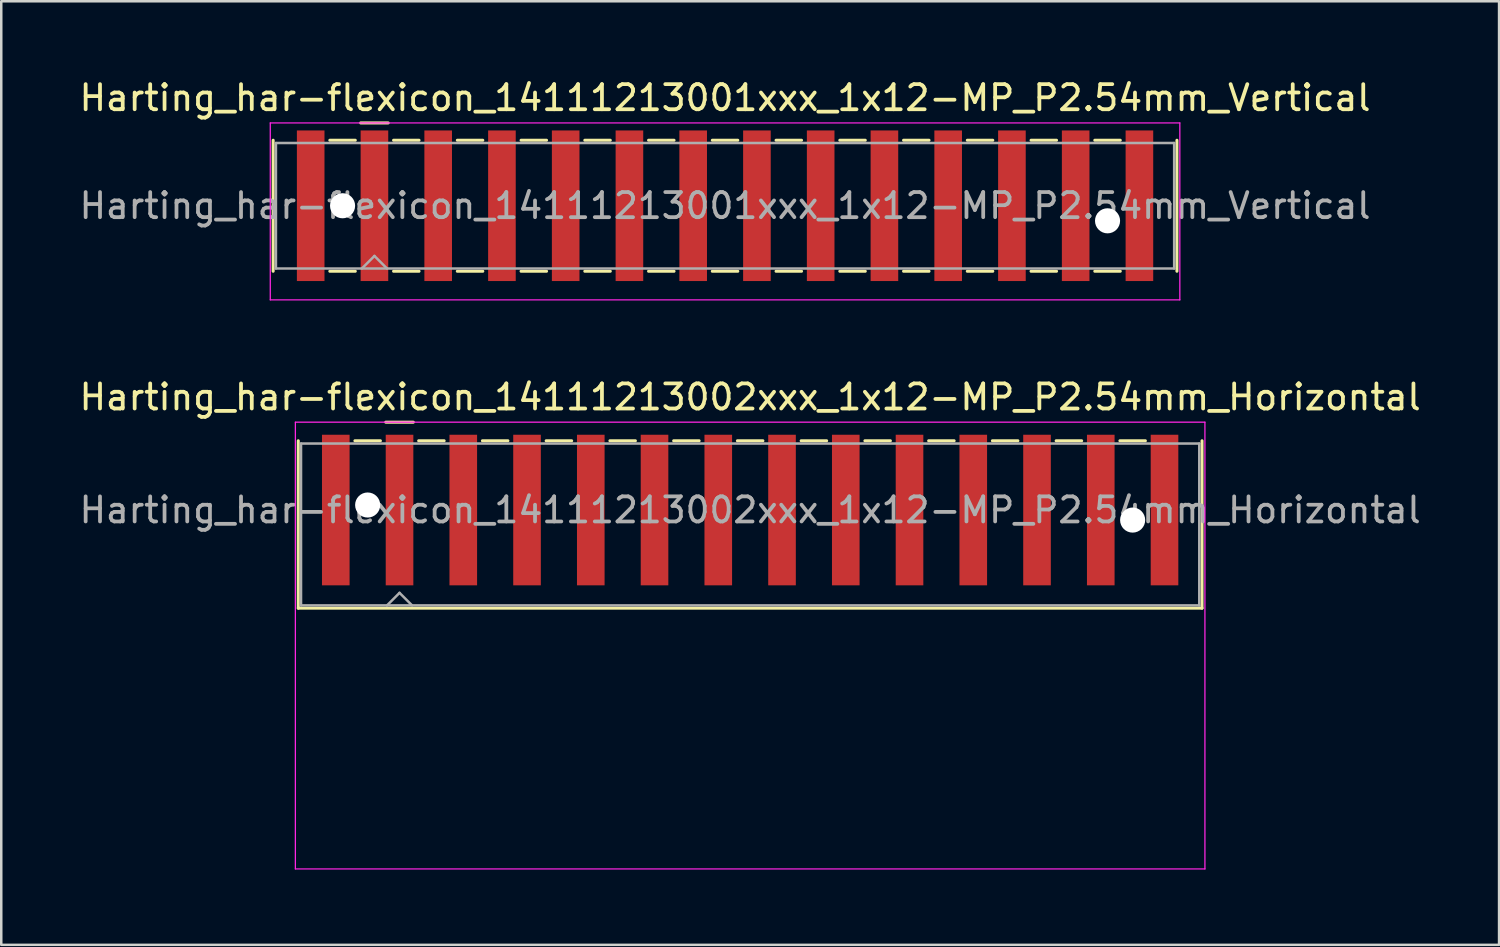
<source format=kicad_pcb>
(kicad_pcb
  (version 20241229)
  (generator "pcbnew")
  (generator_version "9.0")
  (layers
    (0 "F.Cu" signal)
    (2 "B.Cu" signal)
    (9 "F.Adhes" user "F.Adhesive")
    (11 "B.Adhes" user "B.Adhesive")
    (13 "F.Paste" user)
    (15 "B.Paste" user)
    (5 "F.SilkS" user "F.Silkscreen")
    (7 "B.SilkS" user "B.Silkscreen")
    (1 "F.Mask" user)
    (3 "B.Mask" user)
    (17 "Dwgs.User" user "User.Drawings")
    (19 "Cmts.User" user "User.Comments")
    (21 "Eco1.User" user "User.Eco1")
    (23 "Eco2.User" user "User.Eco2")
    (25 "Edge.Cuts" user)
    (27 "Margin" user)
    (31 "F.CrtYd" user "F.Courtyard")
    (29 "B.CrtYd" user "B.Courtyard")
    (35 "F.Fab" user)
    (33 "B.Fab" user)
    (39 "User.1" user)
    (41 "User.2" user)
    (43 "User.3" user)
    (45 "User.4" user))
  (footprint "Harting_har-flexicon_14111213001xxx_1x12-MP_P2.54mm_Vertical"
    (layer "F.Cu")
    (at 25.839 5.148)
    (property "Reference" "Harting_har-flexicon_14111213001xxx_1x12-MP_P2.54mm_Vertical" (at 0 -4.3 0) (layer "F.SilkS") (effects (font (size 1 1) (thickness 0.15))))
    (attr smd)
    (fp_line (start -18.005 -2.61) (end -18.005 2.61) (stroke (width 0.12) (type solid)) (layer "F.SilkS"))
    (fp_line (start -15.748 -2.61) (end -14.732 -2.61) (stroke (width 0.12) (type solid)) (layer "F.SilkS"))
    (fp_line (start -15.748 2.61) (end -14.732 2.61) (stroke (width 0.12) (type solid)) (layer "F.SilkS"))
    (fp_line (start -14.52 -3.3) (end -13.42 -3.3) (stroke (width 0.12) (type solid)) (layer "F.SilkS"))
    (fp_line (start -13.208 -2.61) (end -12.192 -2.61) (stroke (width 0.12) (type solid)) (layer "F.SilkS"))
    (fp_line (start -13.208 2.61) (end -12.192 2.61) (stroke (width 0.12) (type solid)) (layer "F.SilkS"))
    (fp_line (start -10.668 -2.61) (end -9.652 -2.61) (stroke (width 0.12) (type solid)) (layer "F.SilkS"))
    (fp_line (start -10.668 2.61) (end -9.652 2.61) (stroke (width 0.12) (type solid)) (layer "F.SilkS"))
    (fp_line (start -8.128 -2.61) (end -7.112 -2.61) (stroke (width 0.12) (type solid)) (layer "F.SilkS"))
    (fp_line (start -8.128 2.61) (end -7.112 2.61) (stroke (width 0.12) (type solid)) (layer "F.SilkS"))
    (fp_line (start -5.588 -2.61) (end -4.572 -2.61) (stroke (width 0.12) (type solid)) (layer "F.SilkS"))
    (fp_line (start -5.588 2.61) (end -4.572 2.61) (stroke (width 0.12) (type solid)) (layer "F.SilkS"))
    (fp_line (start -3.048 -2.61) (end -2.032 -2.61) (stroke (width 0.12) (type solid)) (layer "F.SilkS"))
    (fp_line (start -3.048 2.61) (end -2.032 2.61) (stroke (width 0.12) (type solid)) (layer "F.SilkS"))
    (fp_line (start -0.508 -2.61) (end 0.508 -2.61) (stroke (width 0.12) (type solid)) (layer "F.SilkS"))
    (fp_line (start -0.508 2.61) (end 0.508 2.61) (stroke (width 0.12) (type solid)) (layer "F.SilkS"))
    (fp_line (start 2.032 -2.61) (end 3.048 -2.61) (stroke (width 0.12) (type solid)) (layer "F.SilkS"))
    (fp_line (start 2.032 2.61) (end 3.048 2.61) (stroke (width 0.12) (type solid)) (layer "F.SilkS"))
    (fp_line (start 4.572 -2.61) (end 5.588 -2.61) (stroke (width 0.12) (type solid)) (layer "F.SilkS"))
    (fp_line (start 4.572 2.61) (end 5.588 2.61) (stroke (width 0.12) (type solid)) (layer "F.SilkS"))
    (fp_line (start 7.112 -2.61) (end 8.128 -2.61) (stroke (width 0.12) (type solid)) (layer "F.SilkS"))
    (fp_line (start 7.112 2.61) (end 8.128 2.61) (stroke (width 0.12) (type solid)) (layer "F.SilkS"))
    (fp_line (start 9.652 -2.61) (end 10.668 -2.61) (stroke (width 0.12) (type solid)) (layer "F.SilkS"))
    (fp_line (start 9.652 2.61) (end 10.668 2.61) (stroke (width 0.12) (type solid)) (layer "F.SilkS"))
    (fp_line (start 12.192 -2.61) (end 13.208 -2.61) (stroke (width 0.12) (type solid)) (layer "F.SilkS"))
    (fp_line (start 12.192 2.61) (end 13.208 2.61) (stroke (width 0.12) (type solid)) (layer "F.SilkS"))
    (fp_line (start 14.732 -2.61) (end 15.748 -2.61) (stroke (width 0.12) (type solid)) (layer "F.SilkS"))
    (fp_line (start 14.732 2.61) (end 15.748 2.61) (stroke (width 0.12) (type solid)) (layer "F.SilkS"))
    (fp_line (start 18.005 -2.61) (end 18.005 2.61) (stroke (width 0.12) (type solid)) (layer "F.SilkS"))
    (fp_line (start -18.12 -3.3) (end -18.12 3.75) (stroke (width 0.05) (type solid)) (layer "F.CrtYd"))
    (fp_line (start -18.12 3.75) (end 18.12 3.75) (stroke (width 0.05) (type solid)) (layer "F.CrtYd"))
    (fp_line (start 18.12 -3.3) (end -18.12 -3.3) (stroke (width 0.05) (type solid)) (layer "F.CrtYd"))
    (fp_line (start 18.12 3.75) (end 18.12 -3.3) (stroke (width 0.05) (type solid)) (layer "F.CrtYd"))
    (fp_line (start -17.895 -2.5) (end -17.895 2.5) (stroke (width 0.1) (type solid)) (layer "F.Fab"))
    (fp_line (start -17.895 2.5) (end 17.895 2.5) (stroke (width 0.1) (type solid)) (layer "F.Fab"))
    (fp_line (start -14.47 2.5) (end -13.97 2) (stroke (width 0.1) (type solid)) (layer "F.Fab"))
    (fp_line (start -13.97 2) (end -13.47 2.5) (stroke (width 0.1) (type solid)) (layer "F.Fab"))
    (fp_line (start 17.895 -2.5) (end -17.895 -2.5) (stroke (width 0.1) (type solid)) (layer "F.Fab"))
    (fp_line (start 17.895 2.5) (end 17.895 -2.5) (stroke (width 0.1) (type solid)) (layer "F.Fab"))
    (fp_text user "${REFERENCE}" (at 0 0 0) (layer "F.Fab") (effects (font (size 1 1) (thickness 0.15))))
    (pad "" np_thru_hole circle (at -15.24 0) (size 1 1) (drill 1) (layers "*.Cu" "*.Mask"))
    (pad "" np_thru_hole circle (at 15.24 0.6) (size 1 1) (drill 1) (layers "*.Cu" "*.Mask"))
    (pad "1" smd rect (at -13.97 0) (size 1.1 6) (layers "F.Cu" "F.Mask" "F.Paste"))
    (pad "2" smd rect (at -11.43 0) (size 1.1 6) (layers "F.Cu" "F.Mask" "F.Paste"))
    (pad "3" smd rect (at -8.89 0) (size 1.1 6) (layers "F.Cu" "F.Mask" "F.Paste"))
    (pad "4" smd rect (at -6.35 0) (size 1.1 6) (layers "F.Cu" "F.Mask" "F.Paste"))
    (pad "5" smd rect (at -3.81 0) (size 1.1 6) (layers "F.Cu" "F.Mask" "F.Paste"))
    (pad "6" smd rect (at -1.27 0) (size 1.1 6) (layers "F.Cu" "F.Mask" "F.Paste"))
    (pad "7" smd rect (at 1.27 0) (size 1.1 6) (layers "F.Cu" "F.Mask" "F.Paste"))
    (pad "8" smd rect (at 3.81 0) (size 1.1 6) (layers "F.Cu" "F.Mask" "F.Paste"))
    (pad "9" smd rect (at 6.35 0) (size 1.1 6) (layers "F.Cu" "F.Mask" "F.Paste"))
    (pad "10" smd rect (at 8.89 0) (size 1.1 6) (layers "F.Cu" "F.Mask" "F.Paste"))
    (pad "11" smd rect (at 11.43 0) (size 1.1 6) (layers "F.Cu" "F.Mask" "F.Paste"))
    (pad "12" smd rect (at 13.97 0) (size 1.1 6) (layers "F.Cu" "F.Mask" "F.Paste"))
    (pad "MP" smd rect (at -16.51 0) (size 1.1 6) (layers "F.Cu" "F.Mask" "F.Paste"))
    (pad "MP" smd rect (at 16.51 0) (size 1.1 6) (layers "F.Cu" "F.Mask" "F.Paste")))
  (footprint "Harting_har-flexicon_14111213002xxx_1x12-MP_P2.54mm_Horizontal"
    (layer "F.Cu")
    (at 26.839 18.572)
    (property "Reference" "Harting_har-flexicon_14111213002xxx_1x12-MP_P2.54mm_Horizontal" (at 0 -5.8 0) (layer "F.SilkS") (effects (font (size 1 1) (thickness 0.15))))
    (attr smd)
    (fp_line (start -18.005 -4.06) (end -18.005 2.61) (stroke (width 0.12) (type solid)) (layer "F.SilkS"))
    (fp_line (start -15.748 -4.06) (end -14.732 -4.06) (stroke (width 0.12) (type solid)) (layer "F.SilkS"))
    (fp_line (start -14.52 -4.8) (end -13.42 -4.8) (stroke (width 0.12) (type solid)) (layer "F.SilkS"))
    (fp_line (start -13.208 -4.06) (end -12.192 -4.06) (stroke (width 0.12) (type solid)) (layer "F.SilkS"))
    (fp_line (start -10.668 -4.06) (end -9.652 -4.06) (stroke (width 0.12) (type solid)) (layer "F.SilkS"))
    (fp_line (start -8.128 -4.06) (end -7.112 -4.06) (stroke (width 0.12) (type solid)) (layer "F.SilkS"))
    (fp_line (start -5.588 -4.06) (end -4.572 -4.06) (stroke (width 0.12) (type solid)) (layer "F.SilkS"))
    (fp_line (start -3.048 -4.06) (end -2.032 -4.06) (stroke (width 0.12) (type solid)) (layer "F.SilkS"))
    (fp_line (start -0.508 -4.06) (end 0.508 -4.06) (stroke (width 0.12) (type solid)) (layer "F.SilkS"))
    (fp_line (start 2.032 -4.06) (end 3.048 -4.06) (stroke (width 0.12) (type solid)) (layer "F.SilkS"))
    (fp_line (start 4.572 -4.06) (end 5.588 -4.06) (stroke (width 0.12) (type solid)) (layer "F.SilkS"))
    (fp_line (start 7.112 -4.06) (end 8.128 -4.06) (stroke (width 0.12) (type solid)) (layer "F.SilkS"))
    (fp_line (start 9.652 -4.06) (end 10.668 -4.06) (stroke (width 0.12) (type solid)) (layer "F.SilkS"))
    (fp_line (start 12.192 -4.06) (end 13.208 -4.06) (stroke (width 0.12) (type solid)) (layer "F.SilkS"))
    (fp_line (start 14.732 -4.06) (end 15.748 -4.06) (stroke (width 0.12) (type solid)) (layer "F.SilkS"))
    (fp_line (start 18.005 -4.06) (end 18.005 2.61) (stroke (width 0.12) (type solid)) (layer "F.SilkS"))
    (fp_line (start 18.005 2.61) (end -18.005 2.61) (stroke (width 0.12) (type solid)) (layer "F.SilkS"))
    (fp_line (start -18.12 -4.8) (end -18.12 13) (stroke (width 0.05) (type solid)) (layer "F.CrtYd"))
    (fp_line (start -18.12 13) (end 18.12 13) (stroke (width 0.05) (type solid)) (layer "F.CrtYd"))
    (fp_line (start 18.12 -4.8) (end -18.12 -4.8) (stroke (width 0.05) (type solid)) (layer "F.CrtYd"))
    (fp_line (start 18.12 13) (end 18.12 -4.8) (stroke (width 0.05) (type solid)) (layer "F.CrtYd"))
    (fp_line (start -17.895 -3.95) (end -17.895 2.5) (stroke (width 0.1) (type solid)) (layer "F.Fab"))
    (fp_line (start -17.895 2.5) (end 17.895 2.5) (stroke (width 0.1) (type solid)) (layer "F.Fab"))
    (fp_line (start -14.47 2.5) (end -13.97 2) (stroke (width 0.1) (type solid)) (layer "F.Fab"))
    (fp_line (start -13.97 2) (end -13.47 2.5) (stroke (width 0.1) (type solid)) (layer "F.Fab"))
    (fp_line (start 17.895 -3.95) (end -17.895 -3.95) (stroke (width 0.1) (type solid)) (layer "F.Fab"))
    (fp_line (start 17.895 2.5) (end 17.895 -3.95) (stroke (width 0.1) (type solid)) (layer "F.Fab"))
    (fp_text user "${REFERENCE}" (at 0 -1.3 0) (layer "F.Fab") (effects (font (size 1 1) (thickness 0.15))))
    (pad "" np_thru_hole circle (at -15.24 -1.5) (size 1 1) (drill 1) (layers "*.Cu" "*.Mask"))
    (pad "" np_thru_hole circle (at 15.24 -0.9) (size 1 1) (drill 1) (layers "*.Cu" "*.Mask"))
    (pad "1" smd rect (at -13.97 -1.3) (size 1.1 6) (layers "F.Cu" "F.Mask" "F.Paste"))
    (pad "2" smd rect (at -11.43 -1.3) (size 1.1 6) (layers "F.Cu" "F.Mask" "F.Paste"))
    (pad "3" smd rect (at -8.89 -1.3) (size 1.1 6) (layers "F.Cu" "F.Mask" "F.Paste"))
    (pad "4" smd rect (at -6.35 -1.3) (size 1.1 6) (layers "F.Cu" "F.Mask" "F.Paste"))
    (pad "5" smd rect (at -3.81 -1.3) (size 1.1 6) (layers "F.Cu" "F.Mask" "F.Paste"))
    (pad "6" smd rect (at -1.27 -1.3) (size 1.1 6) (layers "F.Cu" "F.Mask" "F.Paste"))
    (pad "7" smd rect (at 1.27 -1.3) (size 1.1 6) (layers "F.Cu" "F.Mask" "F.Paste"))
    (pad "8" smd rect (at 3.81 -1.3) (size 1.1 6) (layers "F.Cu" "F.Mask" "F.Paste"))
    (pad "9" smd rect (at 6.35 -1.3) (size 1.1 6) (layers "F.Cu" "F.Mask" "F.Paste"))
    (pad "10" smd rect (at 8.89 -1.3) (size 1.1 6) (layers "F.Cu" "F.Mask" "F.Paste"))
    (pad "11" smd rect (at 11.43 -1.3) (size 1.1 6) (layers "F.Cu" "F.Mask" "F.Paste"))
    (pad "12" smd rect (at 13.97 -1.3) (size 1.1 6) (layers "F.Cu" "F.Mask" "F.Paste"))
    (pad "MP" smd rect (at -16.51 -1.3) (size 1.1 6) (layers "F.Cu" "F.Mask" "F.Paste"))
    (pad "MP" smd rect (at 16.51 -1.3) (size 1.1 6) (layers "F.Cu" "F.Mask" "F.Paste")))
  (gr_rect
    (start -3 -3)
    (end 56.679 34.596)
    (stroke (width 0.1) (type default))
    (fill no)
    (layer "Edge.Cuts")))
</source>
